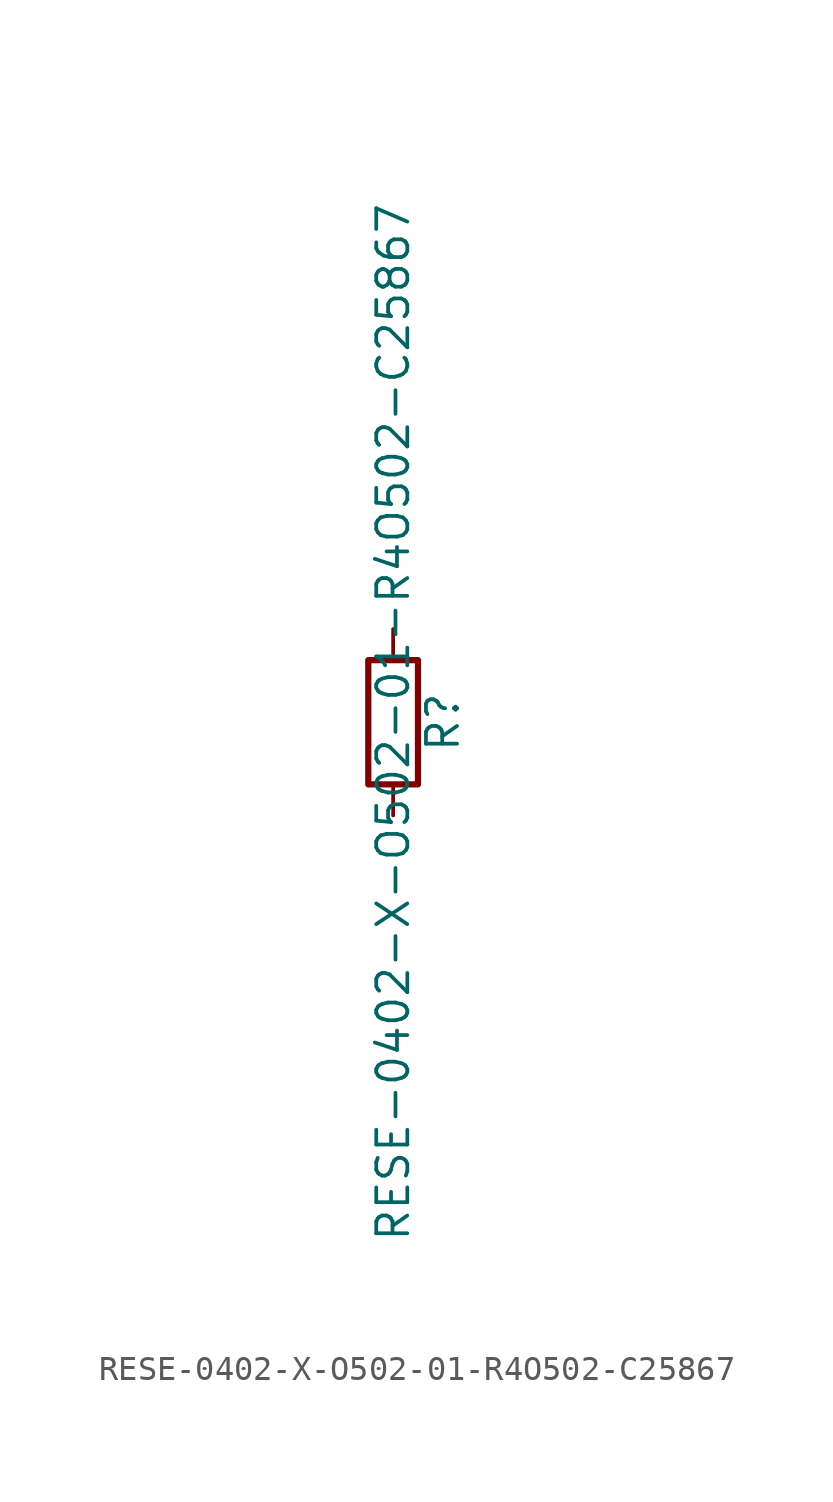
<source format=kicad_sym>
(kicad_symbol_lib
  (version 20211014)
  (generator kicad_symbol_editor)
  (symbol "RESE-0402-X-O502-01-R4O502-C25867"
    (pin_numbers hide)
    (pin_names
      (offset 0))
    (property "Reference" "R"
      (at 2.032 0 90)
      (effects (font (size 1.27 1.27))))
    (property "Value" "RESE-0402-X-O502-01-R4O502-C25867"
      (at 0 0 90)
      (effects (font (size 1.27 1.27))))
    (symbol "RESE-0402-X-O502-01-R4O502-C25867_0_1"
      (rectangle (start -1.016 -2.54) (end 1.016 2.54) (stroke (width 0.254) (type default) (color 0 0 0 0)) (fill (type none))))
    (symbol "RESE-0402-X-O502-01-R4O502-C25867_1_1"
      (pin passive line (at 0 3.81 270) (length 1.27) (name "~" (effects (font (size 1.27 1.27)))) (number "1" (effects (font (size 1.27 1.27)))))
      (pin passive line (at 0 -3.81 90) (length 1.27) (name "~" (effects (font (size 1.27 1.27)))) (number "2" (effects (font (size 1.27 1.27))))))))
</source>
